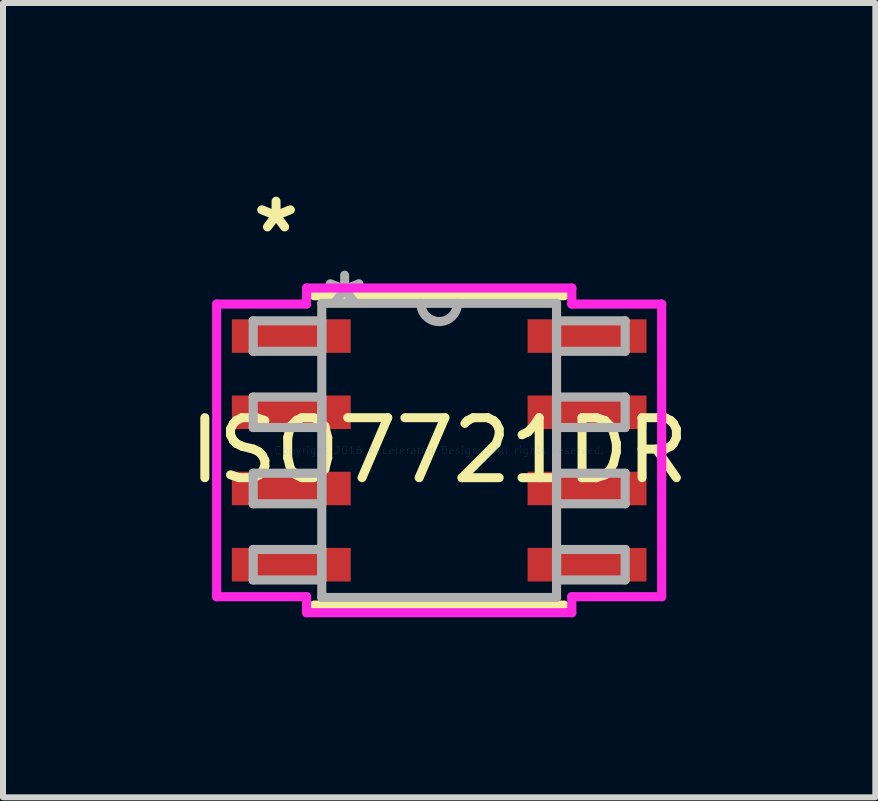
<source format=kicad_pcb>
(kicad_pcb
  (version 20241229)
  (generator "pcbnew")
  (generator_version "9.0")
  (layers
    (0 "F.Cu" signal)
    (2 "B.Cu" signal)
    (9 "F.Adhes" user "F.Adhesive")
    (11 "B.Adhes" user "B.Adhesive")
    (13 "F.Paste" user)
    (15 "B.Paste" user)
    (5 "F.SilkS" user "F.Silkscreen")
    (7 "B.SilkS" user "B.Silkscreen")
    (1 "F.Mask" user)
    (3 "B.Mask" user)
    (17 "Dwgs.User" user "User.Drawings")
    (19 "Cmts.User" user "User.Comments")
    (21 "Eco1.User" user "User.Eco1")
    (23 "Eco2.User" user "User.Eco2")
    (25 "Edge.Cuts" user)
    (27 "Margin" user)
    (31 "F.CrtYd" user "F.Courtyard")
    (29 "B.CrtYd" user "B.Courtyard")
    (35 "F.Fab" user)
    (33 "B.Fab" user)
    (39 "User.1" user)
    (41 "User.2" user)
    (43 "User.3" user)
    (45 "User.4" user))
  (footprint "ISO7721DR"
    (layer "F.Cu")
    (at 4.268 4.455)
    (property "Reference" "ISO7721DR" (at 0 0 0) (layer "F.SilkS") (effects (font (size 1 1) (thickness 0.15))))
    (attr through_hole)
    (fp_line (start -2.083 2.578) (end 2.083 2.578) (stroke (width 0.152) (type solid)) (layer "F.SilkS"))
    (fp_line (start 2.083 -2.578) (end -2.083 -2.578) (stroke (width 0.152) (type solid)) (layer "F.SilkS"))
    (fp_line (start -3.708 -2.438) (end -2.21 -2.438) (stroke (width 0.152) (type solid)) (layer "F.CrtYd"))
    (fp_line (start -3.708 2.438) (end -3.708 -2.438) (stroke (width 0.152) (type solid)) (layer "F.CrtYd"))
    (fp_line (start -2.21 -2.705) (end 2.21 -2.705) (stroke (width 0.152) (type solid)) (layer "F.CrtYd"))
    (fp_line (start -2.21 -2.438) (end -2.21 -2.705) (stroke (width 0.152) (type solid)) (layer "F.CrtYd"))
    (fp_line (start -2.21 2.438) (end -3.708 2.438) (stroke (width 0.152) (type solid)) (layer "F.CrtYd"))
    (fp_line (start -2.21 2.705) (end -2.21 2.438) (stroke (width 0.152) (type solid)) (layer "F.CrtYd"))
    (fp_line (start 2.21 -2.705) (end 2.21 -2.438) (stroke (width 0.152) (type solid)) (layer "F.CrtYd"))
    (fp_line (start 2.21 -2.438) (end 3.708 -2.438) (stroke (width 0.152) (type solid)) (layer "F.CrtYd"))
    (fp_line (start 2.21 2.438) (end 2.21 2.705) (stroke (width 0.152) (type solid)) (layer "F.CrtYd"))
    (fp_line (start 2.21 2.705) (end -2.21 2.705) (stroke (width 0.152) (type solid)) (layer "F.CrtYd"))
    (fp_line (start 3.708 -2.438) (end 3.708 2.438) (stroke (width 0.152) (type solid)) (layer "F.CrtYd"))
    (fp_line (start 3.708 2.438) (end 2.21 2.438) (stroke (width 0.152) (type solid)) (layer "F.CrtYd"))
    (fp_line (start -3.099 -2.159) (end -3.099 -1.651) (stroke (width 0.152) (type solid)) (layer "F.Fab"))
    (fp_line (start -3.099 -1.651) (end -1.956 -1.651) (stroke (width 0.152) (type solid)) (layer "F.Fab"))
    (fp_line (start -3.099 -0.889) (end -3.099 -0.381) (stroke (width 0.152) (type solid)) (layer "F.Fab"))
    (fp_line (start -3.099 -0.381) (end -1.956 -0.381) (stroke (width 0.152) (type solid)) (layer "F.Fab"))
    (fp_line (start -3.099 0.381) (end -3.099 0.889) (stroke (width 0.152) (type solid)) (layer "F.Fab"))
    (fp_line (start -3.099 0.889) (end -1.956 0.889) (stroke (width 0.152) (type solid)) (layer "F.Fab"))
    (fp_line (start -3.099 1.651) (end -3.099 2.159) (stroke (width 0.152) (type solid)) (layer "F.Fab"))
    (fp_line (start -3.099 2.159) (end -1.956 2.159) (stroke (width 0.152) (type solid)) (layer "F.Fab"))
    (fp_line (start -1.956 -2.451) (end -1.956 2.451) (stroke (width 0.152) (type solid)) (layer "F.Fab"))
    (fp_line (start -1.956 -2.159) (end -3.099 -2.159) (stroke (width 0.152) (type solid)) (layer "F.Fab"))
    (fp_line (start -1.956 -1.651) (end -1.956 -2.159) (stroke (width 0.152) (type solid)) (layer "F.Fab"))
    (fp_line (start -1.956 -0.889) (end -3.099 -0.889) (stroke (width 0.152) (type solid)) (layer "F.Fab"))
    (fp_line (start -1.956 -0.381) (end -1.956 -0.889) (stroke (width 0.152) (type solid)) (layer "F.Fab"))
    (fp_line (start -1.956 0.381) (end -3.099 0.381) (stroke (width 0.152) (type solid)) (layer "F.Fab"))
    (fp_line (start -1.956 0.889) (end -1.956 0.381) (stroke (width 0.152) (type solid)) (layer "F.Fab"))
    (fp_line (start -1.956 1.651) (end -3.099 1.651) (stroke (width 0.152) (type solid)) (layer "F.Fab"))
    (fp_line (start -1.956 2.159) (end -1.956 1.651) (stroke (width 0.152) (type solid)) (layer "F.Fab"))
    (fp_line (start -1.956 2.451) (end 1.956 2.451) (stroke (width 0.152) (type solid)) (layer "F.Fab"))
    (fp_line (start 1.956 -2.451) (end -1.956 -2.451) (stroke (width 0.152) (type solid)) (layer "F.Fab"))
    (fp_line (start 1.956 -2.159) (end 1.956 -1.651) (stroke (width 0.152) (type solid)) (layer "F.Fab"))
    (fp_line (start 1.956 -1.651) (end 3.099 -1.651) (stroke (width 0.152) (type solid)) (layer "F.Fab"))
    (fp_line (start 1.956 -0.889) (end 1.956 -0.381) (stroke (width 0.152) (type solid)) (layer "F.Fab"))
    (fp_line (start 1.956 -0.381) (end 3.099 -0.381) (stroke (width 0.152) (type solid)) (layer "F.Fab"))
    (fp_line (start 1.956 0.381) (end 1.956 0.889) (stroke (width 0.152) (type solid)) (layer "F.Fab"))
    (fp_line (start 1.956 0.889) (end 3.099 0.889) (stroke (width 0.152) (type solid)) (layer "F.Fab"))
    (fp_line (start 1.956 1.651) (end 1.956 2.159) (stroke (width 0.152) (type solid)) (layer "F.Fab"))
    (fp_line (start 1.956 2.159) (end 3.099 2.159) (stroke (width 0.152) (type solid)) (layer "F.Fab"))
    (fp_line (start 1.956 2.451) (end 1.956 -2.451) (stroke (width 0.152) (type solid)) (layer "F.Fab"))
    (fp_line (start 3.099 -2.159) (end 1.956 -2.159) (stroke (width 0.152) (type solid)) (layer "F.Fab"))
    (fp_line (start 3.099 -1.651) (end 3.099 -2.159) (stroke (width 0.152) (type solid)) (layer "F.Fab"))
    (fp_line (start 3.099 -0.889) (end 1.956 -0.889) (stroke (width 0.152) (type solid)) (layer "F.Fab"))
    (fp_line (start 3.099 -0.381) (end 3.099 -0.889) (stroke (width 0.152) (type solid)) (layer "F.Fab"))
    (fp_line (start 3.099 0.381) (end 1.956 0.381) (stroke (width 0.152) (type solid)) (layer "F.Fab"))
    (fp_line (start 3.099 0.889) (end 3.099 0.381) (stroke (width 0.152) (type solid)) (layer "F.Fab"))
    (fp_line (start 3.099 1.651) (end 1.956 1.651) (stroke (width 0.152) (type solid)) (layer "F.Fab"))
    (fp_line (start 3.099 2.159) (end 3.099 1.651) (stroke (width 0.152) (type solid)) (layer "F.Fab"))
    (fp_arc (start 0.3048 -2.4511) (mid 0 -2.1463) (end -0.3048 -2.4511) (stroke (width 0.1524) (type solid)) (layer "F.Fab"))
    (fp_text user "*" (at -2.718 -3.607 0) (layer "F.SilkS") (effects (font (size 1 1) (thickness 0.15))))
    (fp_text user "Copyright 2016 Accelerated Designs. All rights reserved." (at 0 0 0) (layer "Cmts.User") (effects (font (size 0.127 0.127) (thickness 0.002))))
    (fp_text user "*" (at -1.575 -2.375 0) (layer "F.Fab") (effects (font (size 1 1) (thickness 0.15))))
    (pad "1" smd rect (at -2.464 -1.905) (size 1.981 0.559) (layers "F.Cu" "F.Mask" "F.Paste"))
    (pad "2" smd rect (at -2.464 -0.635) (size 1.981 0.559) (layers "F.Cu" "F.Mask" "F.Paste"))
    (pad "3" smd rect (at -2.464 0.635) (size 1.981 0.559) (layers "F.Cu" "F.Mask" "F.Paste"))
    (pad "4" smd rect (at -2.464 1.905) (size 1.981 0.559) (layers "F.Cu" "F.Mask" "F.Paste"))
    (pad "5" smd rect (at 2.464 1.905) (size 1.981 0.559) (layers "F.Cu" "F.Mask" "F.Paste"))
    (pad "6" smd rect (at 2.464 0.635) (size 1.981 0.559) (layers "F.Cu" "F.Mask" "F.Paste"))
    (pad "7" smd rect (at 2.464 -0.635) (size 1.981 0.559) (layers "F.Cu" "F.Mask" "F.Paste"))
    (pad "8" smd rect (at 2.464 -1.905) (size 1.981 0.559) (layers "F.Cu" "F.Mask" "F.Paste")))
  (gr_rect
    (start -3 -3)
    (end 11.536 10.236)
    (stroke (width 0.1) (type default))
    (fill no)
    (layer "Edge.Cuts")))
</source>
